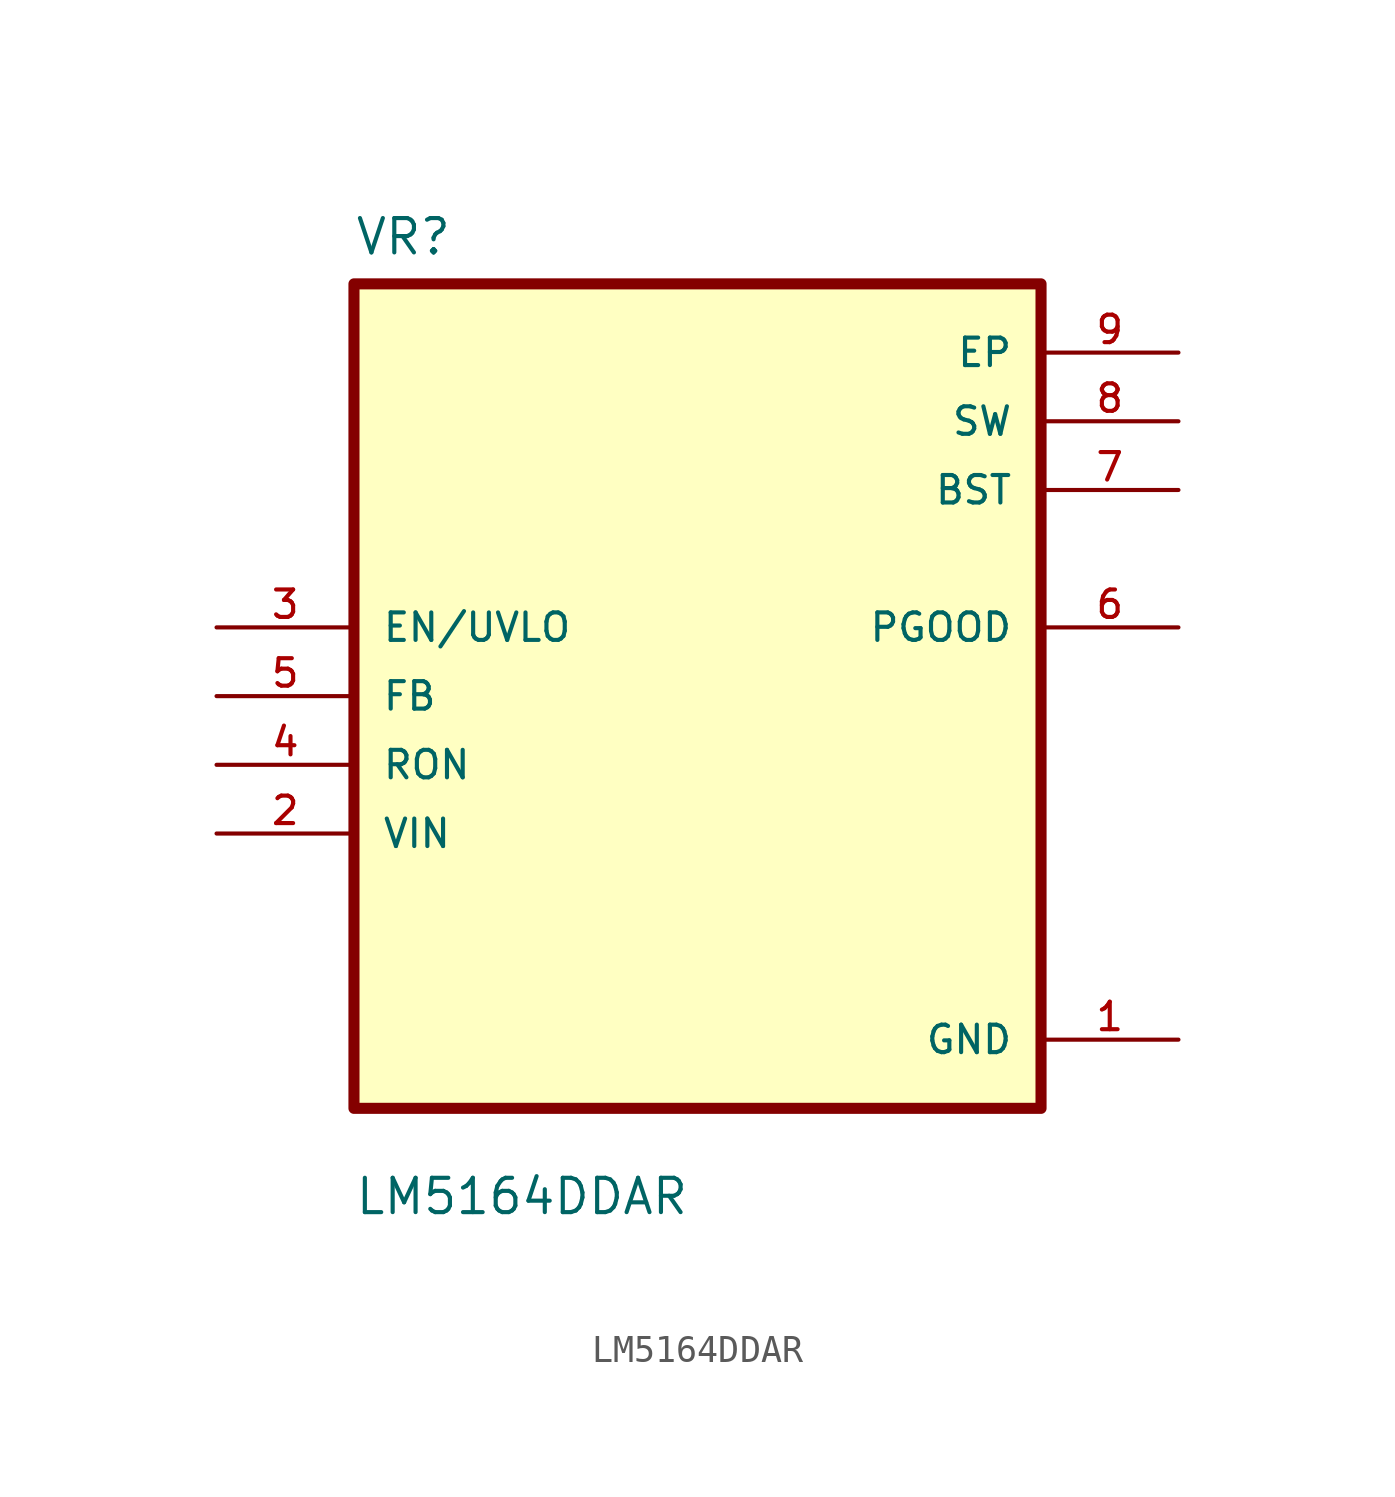
<source format=kicad_sym>
(kicad_symbol_lib
  (version 20211014)
  (generator kicad_symbol_editor)
  (symbol "LM5164DDAR"
    (pin_names
      (offset 1.016))
    (property "Reference" "VR"
      (at -12.7 16.24 0.0)
      (effects (font (size 1.27 1.27)) (justify bottom left)))
    (property "Value" "LM5164DDAR"
      (at -12.7 -19.24 0.0)
      (effects (font (size 1.27 1.27)) (justify bottom left)))
    (symbol "LM5164DDAR_0_0"
      (rectangle (start -12.7 -15.24) (end 12.7 15.24) (stroke (width 0.41)) (fill (type background)))
      (pin input line (at -17.78 2.54 0) (length 5.08) (name "EN/UVLO" (effects (font (size 1.016 1.016)))) (number "3" (effects (font (size 1.016 1.016)))))
      (pin input line (at -17.78 0.0 0) (length 5.08) (name "FB" (effects (font (size 1.016 1.016)))) (number "5" (effects (font (size 1.016 1.016)))))
      (pin input line (at -17.78 -2.54 0) (length 5.08) (name "RON" (effects (font (size 1.016 1.016)))) (number "4" (effects (font (size 1.016 1.016)))))
      (pin input line (at -17.78 -5.08 0) (length 5.08) (name "VIN" (effects (font (size 1.016 1.016)))) (number "2" (effects (font (size 1.016 1.016)))))
      (pin power_in line (at 17.78 12.7 180.0) (length 5.08) (name "EP" (effects (font (size 1.016 1.016)))) (number "9" (effects (font (size 1.016 1.016)))))
      (pin power_in line (at 17.78 10.16 180.0) (length 5.08) (name "SW" (effects (font (size 1.016 1.016)))) (number "8" (effects (font (size 1.016 1.016)))))
      (pin power_in line (at 17.78 7.62 180.0) (length 5.08) (name "BST" (effects (font (size 1.016 1.016)))) (number "7" (effects (font (size 1.016 1.016)))))
      (pin output line (at 17.78 2.54 180.0) (length 5.08) (name "PGOOD" (effects (font (size 1.016 1.016)))) (number "6" (effects (font (size 1.016 1.016)))))
      (pin power_in line (at 17.78 -12.7 180.0) (length 5.08) (name "GND" (effects (font (size 1.016 1.016)))) (number "1" (effects (font (size 1.016 1.016))))))))
</source>
